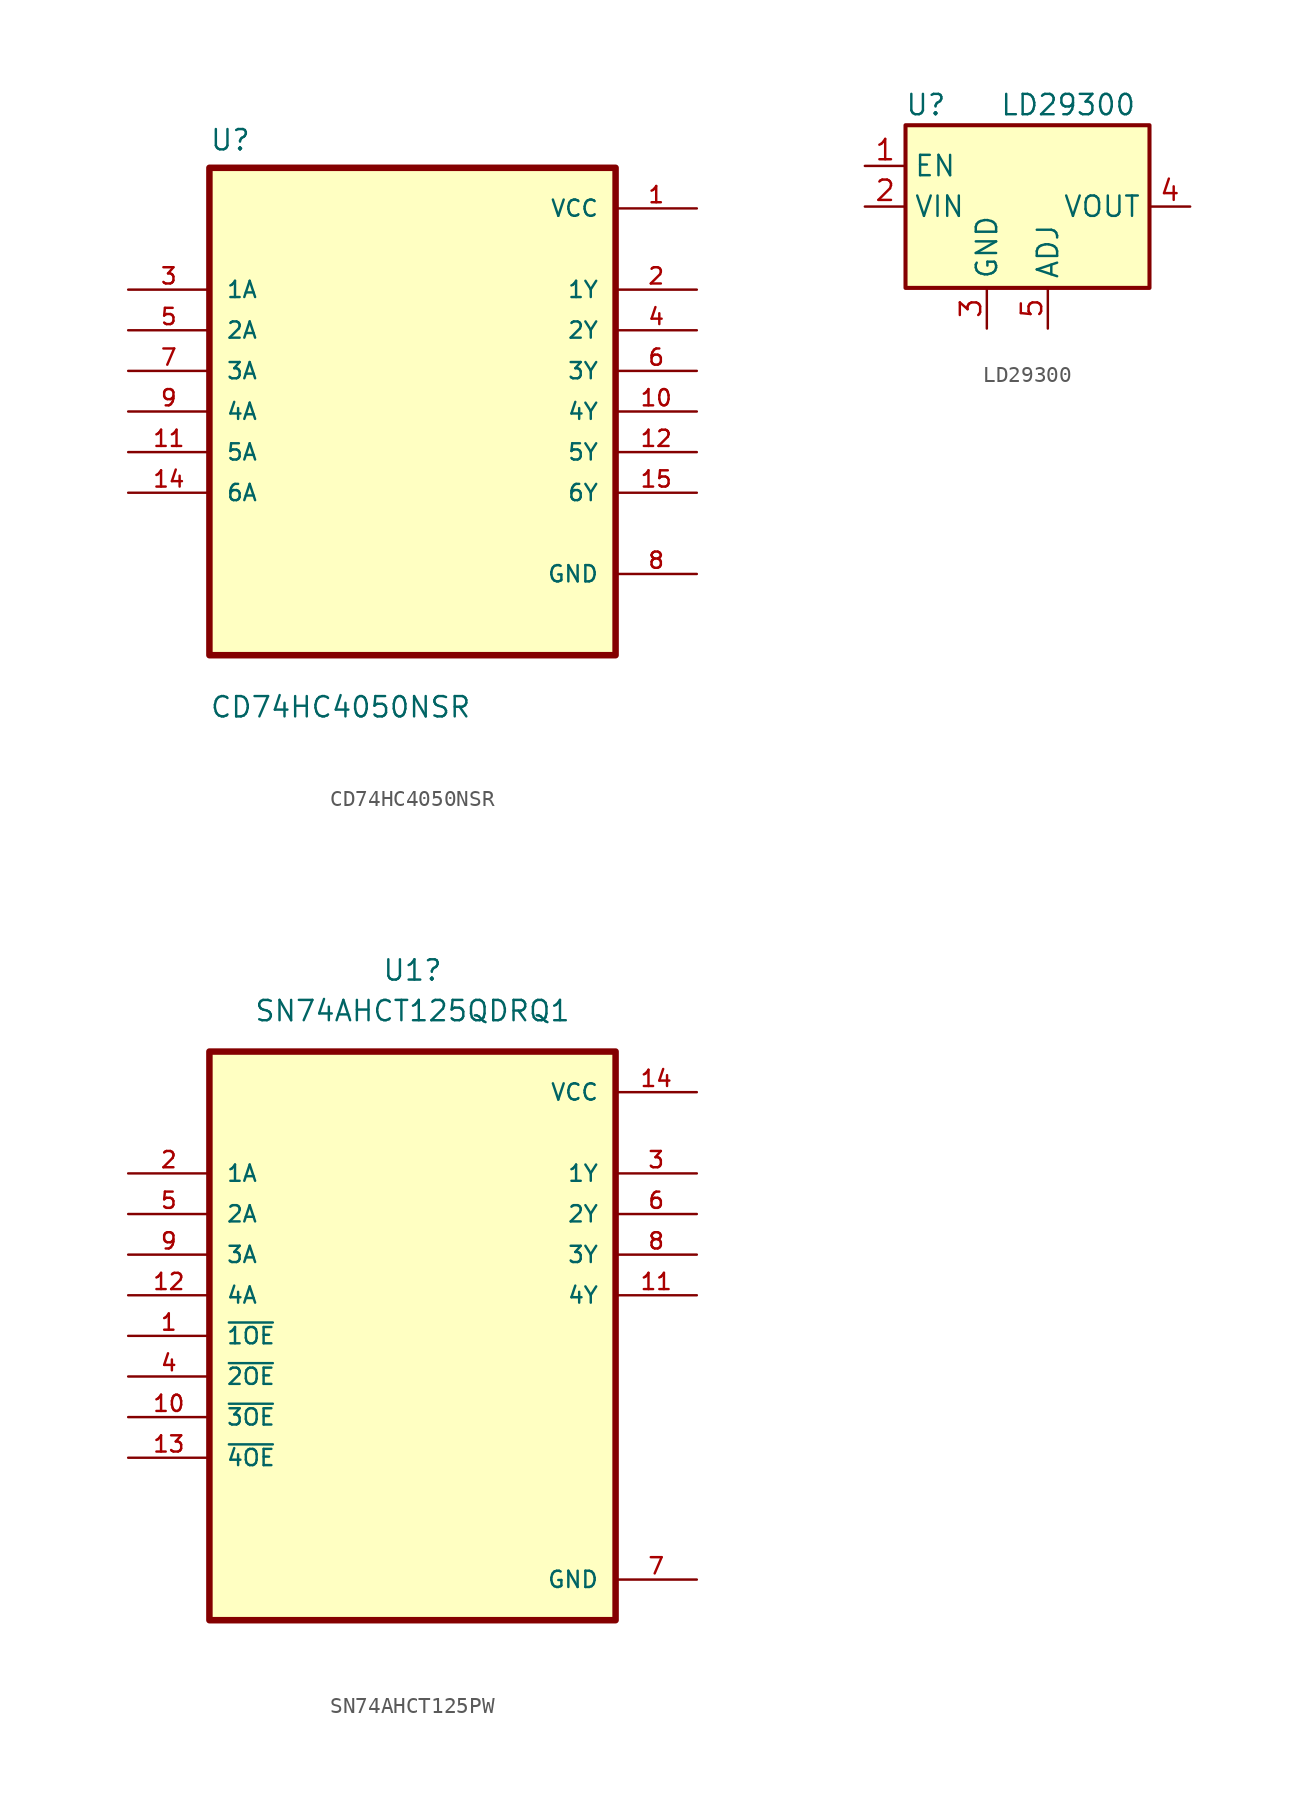
<source format=kicad_sym>
(kicad_symbol_lib
  (version 20220914)
  (generator kicad_symbol_editor)
  (symbol "CD74HC4050NSR"
    (pin_names
      (offset 1.016))
    (property "Reference" "U"
      (at -12.7 16.231 0)
      (effects (font (size 1.27 1.27)) (justify left bottom)))
    (property "Value" "CD74HC4050NSR"
      (at -12.7 -19.228 0)
      (effects (font (size 1.27 1.27)) (justify left bottom)))
    (symbol "CD74HC4050NSR_0_0"
      (rectangle (start -12.7 -15.24) (end 12.7 15.24) (stroke (width 0.406) (type default)) (fill (type background)))
      (pin power_in line (at 17.78 12.7 180) (length 5.08) (name "VCC" (effects (font (size 1.016 1.016)))) (number "1" (effects (font (size 1.016 1.016)))))
      (pin output line (at 17.78 0 180) (length 5.08) (name "4Y" (effects (font (size 1.016 1.016)))) (number "10" (effects (font (size 1.016 1.016)))))
      (pin input line (at -17.78 -2.54 0) (length 5.08) (name "5A" (effects (font (size 1.016 1.016)))) (number "11" (effects (font (size 1.016 1.016)))))
      (pin output line (at 17.78 -2.54 180) (length 5.08) (name "5Y" (effects (font (size 1.016 1.016)))) (number "12" (effects (font (size 1.016 1.016)))))
      (pin input line (at -17.78 -5.08 0) (length 5.08) (name "6A" (effects (font (size 1.016 1.016)))) (number "14" (effects (font (size 1.016 1.016)))))
      (pin output line (at 17.78 -5.08 180) (length 5.08) (name "6Y" (effects (font (size 1.016 1.016)))) (number "15" (effects (font (size 1.016 1.016)))))
      (pin output line (at 17.78 7.62 180) (length 5.08) (name "1Y" (effects (font (size 1.016 1.016)))) (number "2" (effects (font (size 1.016 1.016)))))
      (pin input line (at -17.78 7.62 0) (length 5.08) (name "1A" (effects (font (size 1.016 1.016)))) (number "3" (effects (font (size 1.016 1.016)))))
      (pin output line (at 17.78 5.08 180) (length 5.08) (name "2Y" (effects (font (size 1.016 1.016)))) (number "4" (effects (font (size 1.016 1.016)))))
      (pin input line (at -17.78 5.08 0) (length 5.08) (name "2A" (effects (font (size 1.016 1.016)))) (number "5" (effects (font (size 1.016 1.016)))))
      (pin output line (at 17.78 2.54 180) (length 5.08) (name "3Y" (effects (font (size 1.016 1.016)))) (number "6" (effects (font (size 1.016 1.016)))))
      (pin input line (at -17.78 2.54 0) (length 5.08) (name "3A" (effects (font (size 1.016 1.016)))) (number "7" (effects (font (size 1.016 1.016)))))
      (pin power_in line (at 17.78 -10.16 180) (length 5.08) (name "GND" (effects (font (size 1.016 1.016)))) (number "8" (effects (font (size 1.016 1.016)))))
      (pin input line (at -17.78 0 0) (length 5.08) (name "4A" (effects (font (size 1.016 1.016)))) (number "9" (effects (font (size 1.016 1.016)))))))
  (symbol "LD29300"
    (property "Reference" "U"
      (at -6.35 6.35 0)
      (effects (font (size 1.27 1.27))))
    (property "Value" "LD29300"
      (at 2.54 6.35 0)
      (effects (font (size 1.27 1.27))))
    (symbol "LD29300_1_1"
      (rectangle (start -7.62 5.08) (end 7.62 -5.08) (stroke (width 0.254) (type default)) (fill (type background)))
      (pin input line (at -10.16 2.54 0) (length 2.54) (name "EN" (effects (font (size 1.27 1.27)))) (number "1" (effects (font (size 1.27 1.27)))))
      (pin power_in line (at -10.16 0 0) (length 2.54) (name "VIN" (effects (font (size 1.27 1.27)))) (number "2" (effects (font (size 1.27 1.27)))))
      (pin power_in line (at -2.54 -7.62 90) (length 2.54) (name "GND" (effects (font (size 1.27 1.27)))) (number "3" (effects (font (size 1.27 1.27)))))
      (pin power_out line (at 10.16 0 180) (length 2.54) (name "VOUT" (effects (font (size 1.27 1.27)))) (number "4" (effects (font (size 1.27 1.27)))))
      (pin input line (at 1.27 -7.62 90) (length 2.54) (name "ADJ" (effects (font (size 1.27 1.27)))) (number "5" (effects (font (size 1.27 1.27)))))))
  (symbol "SN74AHCT125PW"
    (pin_names
      (offset 1.016))
    (property "Reference" "U1"
      (at 0 22.86 0)
      (effects (font (size 1.27 1.27))))
    (property "Value" "SN74AHCT125QDRQ1"
      (at 0 20.32 0)
      (effects (font (size 1.27 1.27))))
    (symbol "SN74AHCT125PW_0_0"
      (rectangle (start -12.7 -17.78) (end 12.7 17.78) (stroke (width 0.406) (type solid)) (fill (type background)))
      (pin input line (at -17.78 0 0) (length 5.08) (name "~{1OE}" (effects (font (size 1.016 1.016)))) (number "1" (effects (font (size 1.016 1.016)))))
      (pin input line (at -17.78 -5.08 0) (length 5.08) (name "~{3OE}" (effects (font (size 1.016 1.016)))) (number "10" (effects (font (size 1.016 1.016)))))
      (pin output line (at 17.78 2.54 180) (length 5.08) (name "4Y" (effects (font (size 1.016 1.016)))) (number "11" (effects (font (size 1.016 1.016)))))
      (pin input line (at -17.78 2.54 0) (length 5.08) (name "4A" (effects (font (size 1.016 1.016)))) (number "12" (effects (font (size 1.016 1.016)))))
      (pin input line (at -17.78 -7.62 0) (length 5.08) (name "~{4OE}" (effects (font (size 1.016 1.016)))) (number "13" (effects (font (size 1.016 1.016)))))
      (pin power_in line (at 17.78 15.24 180) (length 5.08) (name "VCC" (effects (font (size 1.016 1.016)))) (number "14" (effects (font (size 1.016 1.016)))))
      (pin input line (at -17.78 10.16 0) (length 5.08) (name "1A" (effects (font (size 1.016 1.016)))) (number "2" (effects (font (size 1.016 1.016)))))
      (pin output line (at 17.78 10.16 180) (length 5.08) (name "1Y" (effects (font (size 1.016 1.016)))) (number "3" (effects (font (size 1.016 1.016)))))
      (pin input line (at -17.78 -2.54 0) (length 5.08) (name "~{2OE}" (effects (font (size 1.016 1.016)))) (number "4" (effects (font (size 1.016 1.016)))))
      (pin input line (at -17.78 7.62 0) (length 5.08) (name "2A" (effects (font (size 1.016 1.016)))) (number "5" (effects (font (size 1.016 1.016)))))
      (pin output line (at 17.78 7.62 180) (length 5.08) (name "2Y" (effects (font (size 1.016 1.016)))) (number "6" (effects (font (size 1.016 1.016)))))
      (pin power_in line (at 17.78 -15.24 180) (length 5.08) (name "GND" (effects (font (size 1.016 1.016)))) (number "7" (effects (font (size 1.016 1.016)))))
      (pin output line (at 17.78 5.08 180) (length 5.08) (name "3Y" (effects (font (size 1.016 1.016)))) (number "8" (effects (font (size 1.016 1.016)))))
      (pin input line (at -17.78 5.08 0) (length 5.08) (name "3A" (effects (font (size 1.016 1.016)))) (number "9" (effects (font (size 1.016 1.016))))))))
</source>
